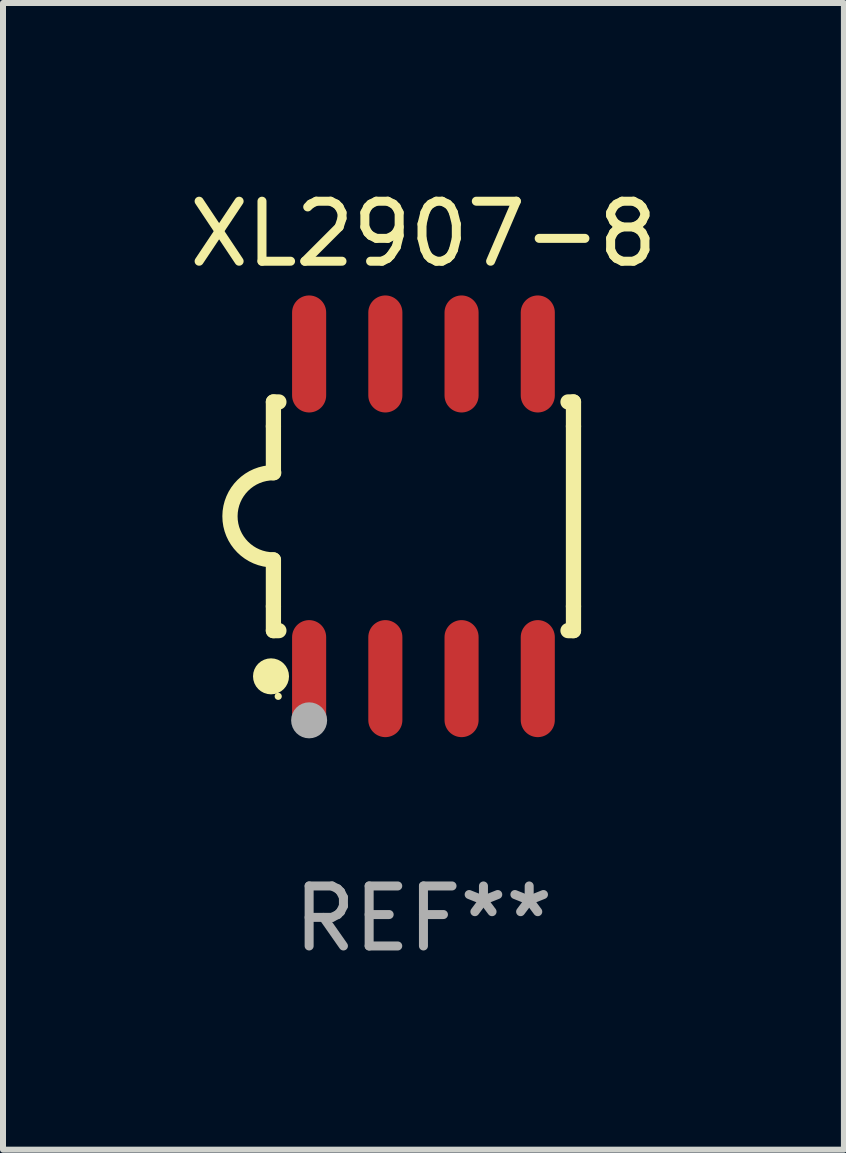
<source format=kicad_pcb>
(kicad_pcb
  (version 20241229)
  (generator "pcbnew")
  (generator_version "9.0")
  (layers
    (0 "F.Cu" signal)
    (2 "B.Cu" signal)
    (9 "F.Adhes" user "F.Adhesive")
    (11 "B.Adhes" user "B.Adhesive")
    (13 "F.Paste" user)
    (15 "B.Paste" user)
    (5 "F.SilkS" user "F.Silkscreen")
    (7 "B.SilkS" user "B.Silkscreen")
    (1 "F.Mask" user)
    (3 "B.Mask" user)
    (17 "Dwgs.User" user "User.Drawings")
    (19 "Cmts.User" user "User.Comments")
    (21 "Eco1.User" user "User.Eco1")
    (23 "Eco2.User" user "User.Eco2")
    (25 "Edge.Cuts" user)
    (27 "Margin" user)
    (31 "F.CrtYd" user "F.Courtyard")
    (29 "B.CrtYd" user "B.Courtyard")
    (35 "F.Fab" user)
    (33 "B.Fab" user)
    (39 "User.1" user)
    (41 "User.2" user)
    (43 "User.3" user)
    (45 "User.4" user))
  (footprint "XL2907-8"
    (layer "F.Cu")
    (at 4.006 5.553)
    (property "Reference" "XL2907-8" (at 0 -4.705 0) (layer "F.SilkS") (effects (font (size 1 1) (thickness 0.15))))
    (attr through_hole)
    (fp_line (start -2.5 -1.905) (end -2.409 -1.905) (stroke (width 0.254) (type solid)) (layer "F.SilkS"))
    (fp_line (start -2.5 -1.5) (end -2.5 -1.905) (stroke (width 0.254) (type solid)) (layer "F.SilkS"))
    (fp_line (start -2.5 -1.5) (end -2.5 -0.726) (stroke (width 0.254) (type solid)) (layer "F.SilkS"))
    (fp_line (start -2.5 1.5) (end -2.5 0.727) (stroke (width 0.254) (type solid)) (layer "F.SilkS"))
    (fp_line (start -2.5 1.5) (end -2.5 1.905) (stroke (width 0.254) (type solid)) (layer "F.SilkS"))
    (fp_line (start -2.5 1.905) (end -2.409 1.905) (stroke (width 0.254) (type solid)) (layer "F.SilkS"))
    (fp_line (start 2.5 -1.905) (end 2.409 -1.905) (stroke (width 0.254) (type solid)) (layer "F.SilkS"))
    (fp_line (start 2.5 -1.5) (end 2.5 -1.905) (stroke (width 0.254) (type solid)) (layer "F.SilkS"))
    (fp_line (start 2.5 -1.5) (end 2.5 1.5) (stroke (width 0.254) (type solid)) (layer "F.SilkS"))
    (fp_line (start 2.5 1.5) (end 2.5 1.905) (stroke (width 0.254) (type solid)) (layer "F.SilkS"))
    (fp_line (start 2.5 1.905) (end 2.409 1.905) (stroke (width 0.254) (type solid)) (layer "F.SilkS"))
    (fp_arc (start -2.5 0.726568) (mid -3.220316 -0.0023) (end -2.495097 -0.726289) (stroke (width 0.254001) (type solid)) (layer "F.SilkS"))
    (fp_circle (center -2.54 2.667) (end -2.39 2.667) (stroke (width 0.3) (type solid)) (fill no) (layer "F.SilkS"))
    (fp_circle (center -2.42 3) (end -2.39 3) (stroke (width 0.06) (type solid)) (fill no) (layer "F.SilkS"))
    (fp_circle (center -1.905 3.4) (end -1.755 3.4) (stroke (width 0.3) (type solid)) (fill no) (layer "F.Fab"))
    (fp_text user "REF**" (at 0 6.705 0) (layer "F.Fab") (effects (font (size 1 1) (thickness 0.15))))
    (pad "1" smd oval (at -1.905 2.705) (size 0.568 1.95) (layers "F.Cu" "F.Mask" "F.Paste"))
    (pad "2" smd oval (at -0.635 2.705) (size 0.568 1.95) (layers "F.Cu" "F.Mask" "F.Paste"))
    (pad "3" smd oval (at 0.635 2.705) (size 0.568 1.95) (layers "F.Cu" "F.Mask" "F.Paste"))
    (pad "4" smd oval (at 1.905 2.705) (size 0.568 1.95) (layers "F.Cu" "F.Mask" "F.Paste"))
    (pad "5" smd oval (at 1.905 -2.705) (size 0.568 1.95) (layers "F.Cu" "F.Mask" "F.Paste"))
    (pad "6" smd oval (at 0.635 -2.705) (size 0.568 1.95) (layers "F.Cu" "F.Mask" "F.Paste"))
    (pad "7" smd oval (at -0.635 -2.705) (size 0.568 1.95) (layers "F.Cu" "F.Mask" "F.Paste"))
    (pad "8" smd oval (at -1.905 -2.705) (size 0.568 1.95) (layers "F.Cu" "F.Mask" "F.Paste")))
  (gr_rect
    (start -3 -3)
    (end 11.012 16.107)
    (stroke (width 0.1) (type default))
    (fill no)
    (layer "Edge.Cuts")))
</source>
